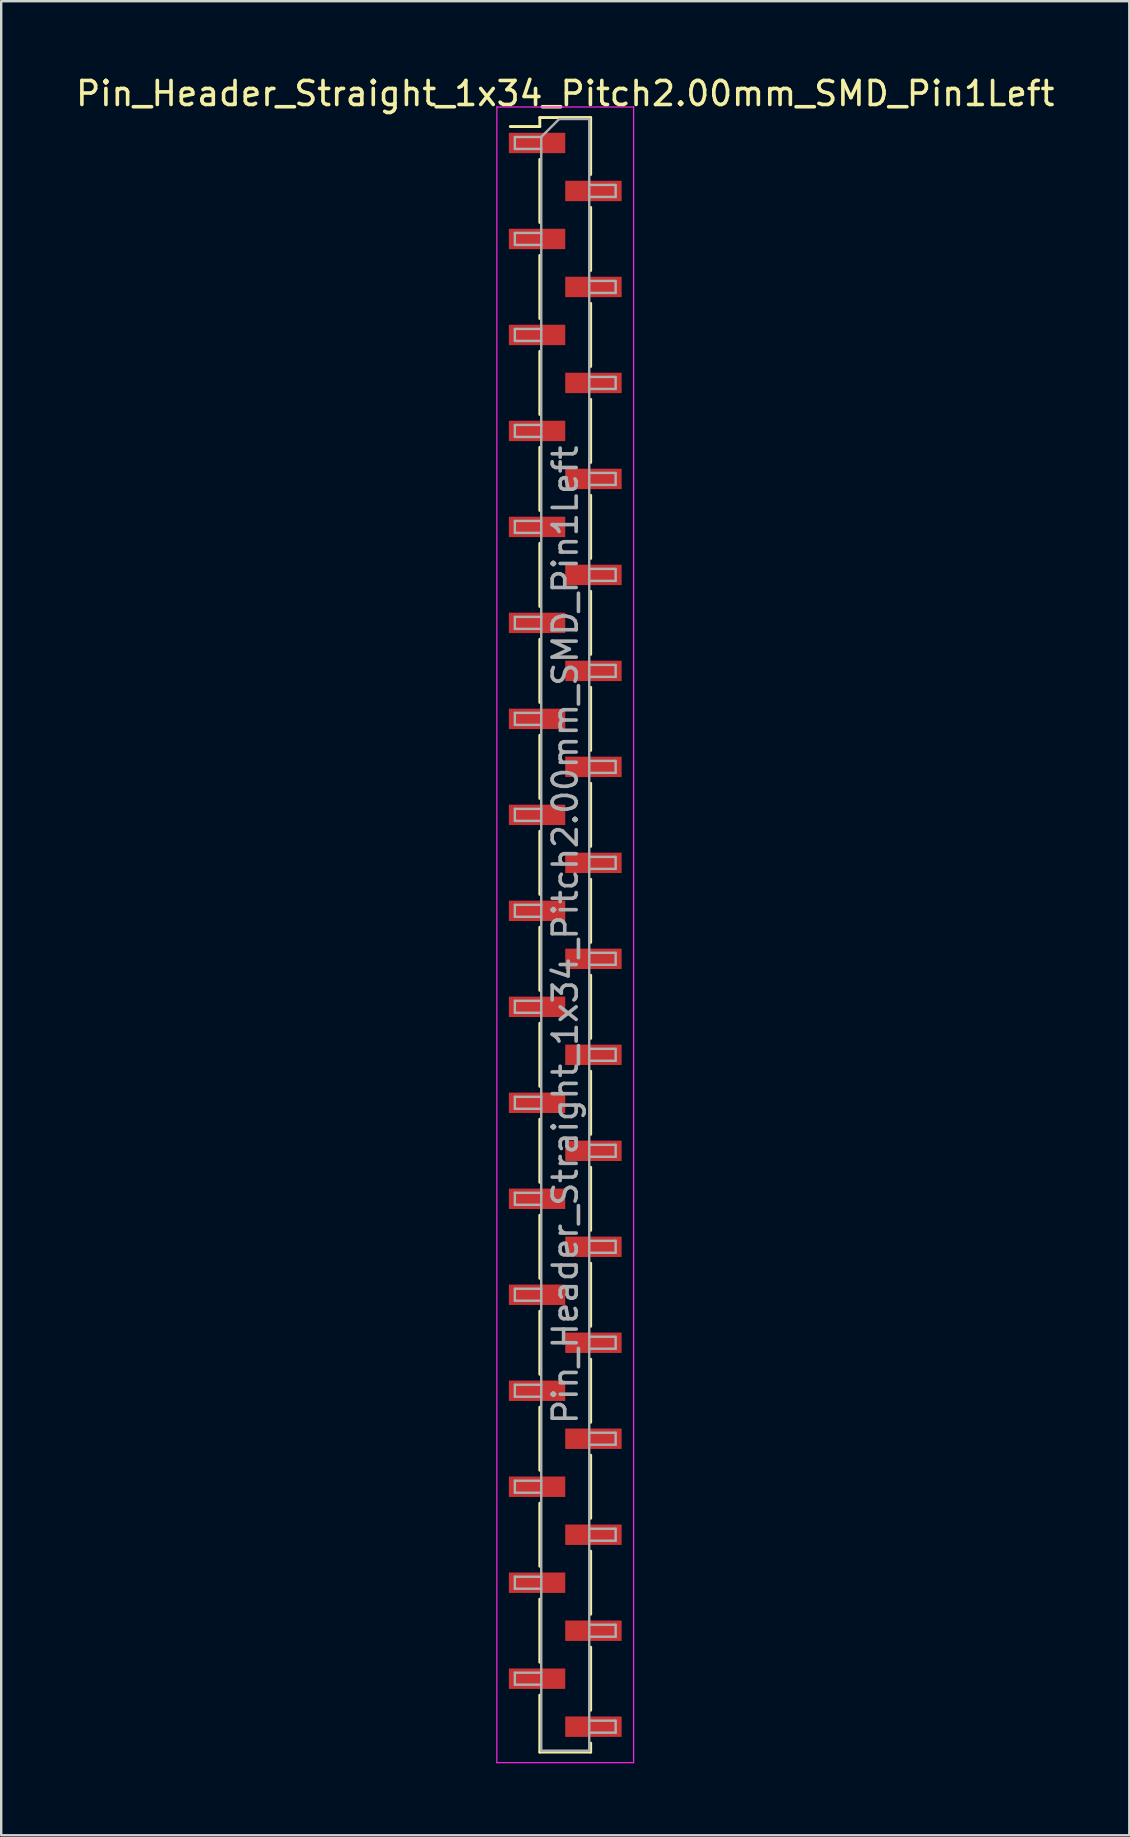
<source format=kicad_pcb>
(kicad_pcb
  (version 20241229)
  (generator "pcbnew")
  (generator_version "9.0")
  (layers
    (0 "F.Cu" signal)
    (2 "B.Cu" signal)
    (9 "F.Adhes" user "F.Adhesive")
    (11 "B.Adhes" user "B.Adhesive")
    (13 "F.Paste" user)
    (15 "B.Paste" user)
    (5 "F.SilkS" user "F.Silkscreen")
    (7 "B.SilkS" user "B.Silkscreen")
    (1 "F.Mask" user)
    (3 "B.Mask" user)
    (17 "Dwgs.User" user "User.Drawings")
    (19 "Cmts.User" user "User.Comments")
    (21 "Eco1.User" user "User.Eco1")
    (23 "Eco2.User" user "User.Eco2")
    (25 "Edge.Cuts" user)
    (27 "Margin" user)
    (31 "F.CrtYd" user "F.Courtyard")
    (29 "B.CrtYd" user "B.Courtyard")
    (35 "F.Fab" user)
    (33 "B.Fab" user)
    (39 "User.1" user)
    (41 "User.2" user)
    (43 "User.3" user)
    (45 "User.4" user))
  (footprint "Pin_Header_Straight_1x34_Pitch2.00mm_SMD_Pin1Left"
    (layer "F.Cu")
    (at 20.506 35.908)
    (property "Reference" "Pin_Header_Straight_1x34_Pitch2.00mm_SMD_Pin1Left" (at 0 -35.06 0) (layer "F.SilkS") (effects (font (size 1 1) (thickness 0.15))))
    (attr smd)
    (fp_line (start -1.06 -34.06) (end -1.06 -33.685) (stroke (width 0.12) (type solid)) (layer "F.SilkS"))
    (fp_line (start -1.06 -34.06) (end 1.06 -34.06) (stroke (width 0.12) (type solid)) (layer "F.SilkS"))
    (fp_line (start -1.06 -33.685) (end -2.29 -33.685) (stroke (width 0.12) (type solid)) (layer "F.SilkS"))
    (fp_line (start -1.06 -32.315) (end -1.06 -29.685) (stroke (width 0.12) (type solid)) (layer "F.SilkS"))
    (fp_line (start -1.06 -28.315) (end -1.06 -25.685) (stroke (width 0.12) (type solid)) (layer "F.SilkS"))
    (fp_line (start -1.06 -24.315) (end -1.06 -21.685) (stroke (width 0.12) (type solid)) (layer "F.SilkS"))
    (fp_line (start -1.06 -20.315) (end -1.06 -17.685) (stroke (width 0.12) (type solid)) (layer "F.SilkS"))
    (fp_line (start -1.06 -16.315) (end -1.06 -13.685) (stroke (width 0.12) (type solid)) (layer "F.SilkS"))
    (fp_line (start -1.06 -12.315) (end -1.06 -9.685) (stroke (width 0.12) (type solid)) (layer "F.SilkS"))
    (fp_line (start -1.06 -8.315) (end -1.06 -5.685) (stroke (width 0.12) (type solid)) (layer "F.SilkS"))
    (fp_line (start -1.06 -4.315) (end -1.06 -1.685) (stroke (width 0.12) (type solid)) (layer "F.SilkS"))
    (fp_line (start -1.06 -0.315) (end -1.06 2.315) (stroke (width 0.12) (type solid)) (layer "F.SilkS"))
    (fp_line (start -1.06 3.685) (end -1.06 6.315) (stroke (width 0.12) (type solid)) (layer "F.SilkS"))
    (fp_line (start -1.06 7.685) (end -1.06 10.315) (stroke (width 0.12) (type solid)) (layer "F.SilkS"))
    (fp_line (start -1.06 11.685) (end -1.06 14.315) (stroke (width 0.12) (type solid)) (layer "F.SilkS"))
    (fp_line (start -1.06 15.685) (end -1.06 18.315) (stroke (width 0.12) (type solid)) (layer "F.SilkS"))
    (fp_line (start -1.06 19.685) (end -1.06 22.315) (stroke (width 0.12) (type solid)) (layer "F.SilkS"))
    (fp_line (start -1.06 23.685) (end -1.06 26.315) (stroke (width 0.12) (type solid)) (layer "F.SilkS"))
    (fp_line (start -1.06 27.685) (end -1.06 30.315) (stroke (width 0.12) (type solid)) (layer "F.SilkS"))
    (fp_line (start -1.06 31.685) (end -1.06 34.06) (stroke (width 0.12) (type solid)) (layer "F.SilkS"))
    (fp_line (start -1.06 34.06) (end 1.06 34.06) (stroke (width 0.12) (type solid)) (layer "F.SilkS"))
    (fp_line (start 1.06 -34.06) (end 1.06 -31.685) (stroke (width 0.12) (type solid)) (layer "F.SilkS"))
    (fp_line (start 1.06 -30.315) (end 1.06 -27.685) (stroke (width 0.12) (type solid)) (layer "F.SilkS"))
    (fp_line (start 1.06 -26.315) (end 1.06 -23.685) (stroke (width 0.12) (type solid)) (layer "F.SilkS"))
    (fp_line (start 1.06 -22.315) (end 1.06 -19.685) (stroke (width 0.12) (type solid)) (layer "F.SilkS"))
    (fp_line (start 1.06 -18.315) (end 1.06 -15.685) (stroke (width 0.12) (type solid)) (layer "F.SilkS"))
    (fp_line (start 1.06 -14.315) (end 1.06 -11.685) (stroke (width 0.12) (type solid)) (layer "F.SilkS"))
    (fp_line (start 1.06 -10.315) (end 1.06 -7.685) (stroke (width 0.12) (type solid)) (layer "F.SilkS"))
    (fp_line (start 1.06 -6.315) (end 1.06 -3.685) (stroke (width 0.12) (type solid)) (layer "F.SilkS"))
    (fp_line (start 1.06 -2.315) (end 1.06 0.315) (stroke (width 0.12) (type solid)) (layer "F.SilkS"))
    (fp_line (start 1.06 1.685) (end 1.06 4.315) (stroke (width 0.12) (type solid)) (layer "F.SilkS"))
    (fp_line (start 1.06 5.685) (end 1.06 8.315) (stroke (width 0.12) (type solid)) (layer "F.SilkS"))
    (fp_line (start 1.06 9.685) (end 1.06 12.315) (stroke (width 0.12) (type solid)) (layer "F.SilkS"))
    (fp_line (start 1.06 13.685) (end 1.06 16.315) (stroke (width 0.12) (type solid)) (layer "F.SilkS"))
    (fp_line (start 1.06 17.685) (end 1.06 20.315) (stroke (width 0.12) (type solid)) (layer "F.SilkS"))
    (fp_line (start 1.06 21.685) (end 1.06 24.315) (stroke (width 0.12) (type solid)) (layer "F.SilkS"))
    (fp_line (start 1.06 25.685) (end 1.06 28.315) (stroke (width 0.12) (type solid)) (layer "F.SilkS"))
    (fp_line (start 1.06 29.685) (end 1.06 32.315) (stroke (width 0.12) (type solid)) (layer "F.SilkS"))
    (fp_line (start 1.06 33.685) (end 1.06 34.06) (stroke (width 0.12) (type solid)) (layer "F.SilkS"))
    (fp_line (start -2.85 -34.5) (end -2.85 34.5) (stroke (width 0.05) (type solid)) (layer "F.CrtYd"))
    (fp_line (start -2.85 34.5) (end 2.85 34.5) (stroke (width 0.05) (type solid)) (layer "F.CrtYd"))
    (fp_line (start 2.85 -34.5) (end -2.85 -34.5) (stroke (width 0.05) (type solid)) (layer "F.CrtYd"))
    (fp_line (start 2.85 34.5) (end 2.85 -34.5) (stroke (width 0.05) (type solid)) (layer "F.CrtYd"))
    (fp_line (start -2.1 -33.25) (end -2.1 -32.75) (stroke (width 0.1) (type solid)) (layer "F.Fab"))
    (fp_line (start -2.1 -32.75) (end -1 -32.75) (stroke (width 0.1) (type solid)) (layer "F.Fab"))
    (fp_line (start -2.1 -29.25) (end -2.1 -28.75) (stroke (width 0.1) (type solid)) (layer "F.Fab"))
    (fp_line (start -2.1 -28.75) (end -1 -28.75) (stroke (width 0.1) (type solid)) (layer "F.Fab"))
    (fp_line (start -2.1 -25.25) (end -2.1 -24.75) (stroke (width 0.1) (type solid)) (layer "F.Fab"))
    (fp_line (start -2.1 -24.75) (end -1 -24.75) (stroke (width 0.1) (type solid)) (layer "F.Fab"))
    (fp_line (start -2.1 -21.25) (end -2.1 -20.75) (stroke (width 0.1) (type solid)) (layer "F.Fab"))
    (fp_line (start -2.1 -20.75) (end -1 -20.75) (stroke (width 0.1) (type solid)) (layer "F.Fab"))
    (fp_line (start -2.1 -17.25) (end -2.1 -16.75) (stroke (width 0.1) (type solid)) (layer "F.Fab"))
    (fp_line (start -2.1 -16.75) (end -1 -16.75) (stroke (width 0.1) (type solid)) (layer "F.Fab"))
    (fp_line (start -2.1 -13.25) (end -2.1 -12.75) (stroke (width 0.1) (type solid)) (layer "F.Fab"))
    (fp_line (start -2.1 -12.75) (end -1 -12.75) (stroke (width 0.1) (type solid)) (layer "F.Fab"))
    (fp_line (start -2.1 -9.25) (end -2.1 -8.75) (stroke (width 0.1) (type solid)) (layer "F.Fab"))
    (fp_line (start -2.1 -8.75) (end -1 -8.75) (stroke (width 0.1) (type solid)) (layer "F.Fab"))
    (fp_line (start -2.1 -5.25) (end -2.1 -4.75) (stroke (width 0.1) (type solid)) (layer "F.Fab"))
    (fp_line (start -2.1 -4.75) (end -1 -4.75) (stroke (width 0.1) (type solid)) (layer "F.Fab"))
    (fp_line (start -2.1 -1.25) (end -2.1 -0.75) (stroke (width 0.1) (type solid)) (layer "F.Fab"))
    (fp_line (start -2.1 -0.75) (end -1 -0.75) (stroke (width 0.1) (type solid)) (layer "F.Fab"))
    (fp_line (start -2.1 2.75) (end -2.1 3.25) (stroke (width 0.1) (type solid)) (layer "F.Fab"))
    (fp_line (start -2.1 3.25) (end -1 3.25) (stroke (width 0.1) (type solid)) (layer "F.Fab"))
    (fp_line (start -2.1 6.75) (end -2.1 7.25) (stroke (width 0.1) (type solid)) (layer "F.Fab"))
    (fp_line (start -2.1 7.25) (end -1 7.25) (stroke (width 0.1) (type solid)) (layer "F.Fab"))
    (fp_line (start -2.1 10.75) (end -2.1 11.25) (stroke (width 0.1) (type solid)) (layer "F.Fab"))
    (fp_line (start -2.1 11.25) (end -1 11.25) (stroke (width 0.1) (type solid)) (layer "F.Fab"))
    (fp_line (start -2.1 14.75) (end -2.1 15.25) (stroke (width 0.1) (type solid)) (layer "F.Fab"))
    (fp_line (start -2.1 15.25) (end -1 15.25) (stroke (width 0.1) (type solid)) (layer "F.Fab"))
    (fp_line (start -2.1 18.75) (end -2.1 19.25) (stroke (width 0.1) (type solid)) (layer "F.Fab"))
    (fp_line (start -2.1 19.25) (end -1 19.25) (stroke (width 0.1) (type solid)) (layer "F.Fab"))
    (fp_line (start -2.1 22.75) (end -2.1 23.25) (stroke (width 0.1) (type solid)) (layer "F.Fab"))
    (fp_line (start -2.1 23.25) (end -1 23.25) (stroke (width 0.1) (type solid)) (layer "F.Fab"))
    (fp_line (start -2.1 26.75) (end -2.1 27.25) (stroke (width 0.1) (type solid)) (layer "F.Fab"))
    (fp_line (start -2.1 27.25) (end -1 27.25) (stroke (width 0.1) (type solid)) (layer "F.Fab"))
    (fp_line (start -2.1 30.75) (end -2.1 31.25) (stroke (width 0.1) (type solid)) (layer "F.Fab"))
    (fp_line (start -2.1 31.25) (end -1 31.25) (stroke (width 0.1) (type solid)) (layer "F.Fab"))
    (fp_line (start -1 -33.25) (end -2.1 -33.25) (stroke (width 0.1) (type solid)) (layer "F.Fab"))
    (fp_line (start -1 -33.25) (end -0.25 -34) (stroke (width 0.1) (type solid)) (layer "F.Fab"))
    (fp_line (start -1 -29.25) (end -2.1 -29.25) (stroke (width 0.1) (type solid)) (layer "F.Fab"))
    (fp_line (start -1 -25.25) (end -2.1 -25.25) (stroke (width 0.1) (type solid)) (layer "F.Fab"))
    (fp_line (start -1 -21.25) (end -2.1 -21.25) (stroke (width 0.1) (type solid)) (layer "F.Fab"))
    (fp_line (start -1 -17.25) (end -2.1 -17.25) (stroke (width 0.1) (type solid)) (layer "F.Fab"))
    (fp_line (start -1 -13.25) (end -2.1 -13.25) (stroke (width 0.1) (type solid)) (layer "F.Fab"))
    (fp_line (start -1 -9.25) (end -2.1 -9.25) (stroke (width 0.1) (type solid)) (layer "F.Fab"))
    (fp_line (start -1 -5.25) (end -2.1 -5.25) (stroke (width 0.1) (type solid)) (layer "F.Fab"))
    (fp_line (start -1 -1.25) (end -2.1 -1.25) (stroke (width 0.1) (type solid)) (layer "F.Fab"))
    (fp_line (start -1 2.75) (end -2.1 2.75) (stroke (width 0.1) (type solid)) (layer "F.Fab"))
    (fp_line (start -1 6.75) (end -2.1 6.75) (stroke (width 0.1) (type solid)) (layer "F.Fab"))
    (fp_line (start -1 10.75) (end -2.1 10.75) (stroke (width 0.1) (type solid)) (layer "F.Fab"))
    (fp_line (start -1 14.75) (end -2.1 14.75) (stroke (width 0.1) (type solid)) (layer "F.Fab"))
    (fp_line (start -1 18.75) (end -2.1 18.75) (stroke (width 0.1) (type solid)) (layer "F.Fab"))
    (fp_line (start -1 22.75) (end -2.1 22.75) (stroke (width 0.1) (type solid)) (layer "F.Fab"))
    (fp_line (start -1 26.75) (end -2.1 26.75) (stroke (width 0.1) (type solid)) (layer "F.Fab"))
    (fp_line (start -1 30.75) (end -2.1 30.75) (stroke (width 0.1) (type solid)) (layer "F.Fab"))
    (fp_line (start -1 34) (end -1 -33.25) (stroke (width 0.1) (type solid)) (layer "F.Fab"))
    (fp_line (start -0.25 -34) (end 1 -34) (stroke (width 0.1) (type solid)) (layer "F.Fab"))
    (fp_line (start 1 -34) (end 1 34) (stroke (width 0.1) (type solid)) (layer "F.Fab"))
    (fp_line (start 1 -31.25) (end 2.1 -31.25) (stroke (width 0.1) (type solid)) (layer "F.Fab"))
    (fp_line (start 1 -27.25) (end 2.1 -27.25) (stroke (width 0.1) (type solid)) (layer "F.Fab"))
    (fp_line (start 1 -23.25) (end 2.1 -23.25) (stroke (width 0.1) (type solid)) (layer "F.Fab"))
    (fp_line (start 1 -19.25) (end 2.1 -19.25) (stroke (width 0.1) (type solid)) (layer "F.Fab"))
    (fp_line (start 1 -15.25) (end 2.1 -15.25) (stroke (width 0.1) (type solid)) (layer "F.Fab"))
    (fp_line (start 1 -11.25) (end 2.1 -11.25) (stroke (width 0.1) (type solid)) (layer "F.Fab"))
    (fp_line (start 1 -7.25) (end 2.1 -7.25) (stroke (width 0.1) (type solid)) (layer "F.Fab"))
    (fp_line (start 1 -3.25) (end 2.1 -3.25) (stroke (width 0.1) (type solid)) (layer "F.Fab"))
    (fp_line (start 1 0.75) (end 2.1 0.75) (stroke (width 0.1) (type solid)) (layer "F.Fab"))
    (fp_line (start 1 4.75) (end 2.1 4.75) (stroke (width 0.1) (type solid)) (layer "F.Fab"))
    (fp_line (start 1 8.75) (end 2.1 8.75) (stroke (width 0.1) (type solid)) (layer "F.Fab"))
    (fp_line (start 1 12.75) (end 2.1 12.75) (stroke (width 0.1) (type solid)) (layer "F.Fab"))
    (fp_line (start 1 16.75) (end 2.1 16.75) (stroke (width 0.1) (type solid)) (layer "F.Fab"))
    (fp_line (start 1 20.75) (end 2.1 20.75) (stroke (width 0.1) (type solid)) (layer "F.Fab"))
    (fp_line (start 1 24.75) (end 2.1 24.75) (stroke (width 0.1) (type solid)) (layer "F.Fab"))
    (fp_line (start 1 28.75) (end 2.1 28.75) (stroke (width 0.1) (type solid)) (layer "F.Fab"))
    (fp_line (start 1 32.75) (end 2.1 32.75) (stroke (width 0.1) (type solid)) (layer "F.Fab"))
    (fp_line (start 1 34) (end -1 34) (stroke (width 0.1) (type solid)) (layer "F.Fab"))
    (fp_line (start 2.1 -31.25) (end 2.1 -30.75) (stroke (width 0.1) (type solid)) (layer "F.Fab"))
    (fp_line (start 2.1 -30.75) (end 1 -30.75) (stroke (width 0.1) (type solid)) (layer "F.Fab"))
    (fp_line (start 2.1 -27.25) (end 2.1 -26.75) (stroke (width 0.1) (type solid)) (layer "F.Fab"))
    (fp_line (start 2.1 -26.75) (end 1 -26.75) (stroke (width 0.1) (type solid)) (layer "F.Fab"))
    (fp_line (start 2.1 -23.25) (end 2.1 -22.75) (stroke (width 0.1) (type solid)) (layer "F.Fab"))
    (fp_line (start 2.1 -22.75) (end 1 -22.75) (stroke (width 0.1) (type solid)) (layer "F.Fab"))
    (fp_line (start 2.1 -19.25) (end 2.1 -18.75) (stroke (width 0.1) (type solid)) (layer "F.Fab"))
    (fp_line (start 2.1 -18.75) (end 1 -18.75) (stroke (width 0.1) (type solid)) (layer "F.Fab"))
    (fp_line (start 2.1 -15.25) (end 2.1 -14.75) (stroke (width 0.1) (type solid)) (layer "F.Fab"))
    (fp_line (start 2.1 -14.75) (end 1 -14.75) (stroke (width 0.1) (type solid)) (layer "F.Fab"))
    (fp_line (start 2.1 -11.25) (end 2.1 -10.75) (stroke (width 0.1) (type solid)) (layer "F.Fab"))
    (fp_line (start 2.1 -10.75) (end 1 -10.75) (stroke (width 0.1) (type solid)) (layer "F.Fab"))
    (fp_line (start 2.1 -7.25) (end 2.1 -6.75) (stroke (width 0.1) (type solid)) (layer "F.Fab"))
    (fp_line (start 2.1 -6.75) (end 1 -6.75) (stroke (width 0.1) (type solid)) (layer "F.Fab"))
    (fp_line (start 2.1 -3.25) (end 2.1 -2.75) (stroke (width 0.1) (type solid)) (layer "F.Fab"))
    (fp_line (start 2.1 -2.75) (end 1 -2.75) (stroke (width 0.1) (type solid)) (layer "F.Fab"))
    (fp_line (start 2.1 0.75) (end 2.1 1.25) (stroke (width 0.1) (type solid)) (layer "F.Fab"))
    (fp_line (start 2.1 1.25) (end 1 1.25) (stroke (width 0.1) (type solid)) (layer "F.Fab"))
    (fp_line (start 2.1 4.75) (end 2.1 5.25) (stroke (width 0.1) (type solid)) (layer "F.Fab"))
    (fp_line (start 2.1 5.25) (end 1 5.25) (stroke (width 0.1) (type solid)) (layer "F.Fab"))
    (fp_line (start 2.1 8.75) (end 2.1 9.25) (stroke (width 0.1) (type solid)) (layer "F.Fab"))
    (fp_line (start 2.1 9.25) (end 1 9.25) (stroke (width 0.1) (type solid)) (layer "F.Fab"))
    (fp_line (start 2.1 12.75) (end 2.1 13.25) (stroke (width 0.1) (type solid)) (layer "F.Fab"))
    (fp_line (start 2.1 13.25) (end 1 13.25) (stroke (width 0.1) (type solid)) (layer "F.Fab"))
    (fp_line (start 2.1 16.75) (end 2.1 17.25) (stroke (width 0.1) (type solid)) (layer "F.Fab"))
    (fp_line (start 2.1 17.25) (end 1 17.25) (stroke (width 0.1) (type solid)) (layer "F.Fab"))
    (fp_line (start 2.1 20.75) (end 2.1 21.25) (stroke (width 0.1) (type solid)) (layer "F.Fab"))
    (fp_line (start 2.1 21.25) (end 1 21.25) (stroke (width 0.1) (type solid)) (layer "F.Fab"))
    (fp_line (start 2.1 24.75) (end 2.1 25.25) (stroke (width 0.1) (type solid)) (layer "F.Fab"))
    (fp_line (start 2.1 25.25) (end 1 25.25) (stroke (width 0.1) (type solid)) (layer "F.Fab"))
    (fp_line (start 2.1 28.75) (end 2.1 29.25) (stroke (width 0.1) (type solid)) (layer "F.Fab"))
    (fp_line (start 2.1 29.25) (end 1 29.25) (stroke (width 0.1) (type solid)) (layer "F.Fab"))
    (fp_line (start 2.1 32.75) (end 2.1 33.25) (stroke (width 0.1) (type solid)) (layer "F.Fab"))
    (fp_line (start 2.1 33.25) (end 1 33.25) (stroke (width 0.1) (type solid)) (layer "F.Fab"))
    (fp_text user "${REFERENCE}" (at 0 0 90) (layer "F.Fab") (effects (font (size 1 1) (thickness 0.15))))
    (pad "1" smd rect (at -1.175 -33) (size 2.35 0.85) (layers "F.Cu" "F.Mask" "F.Paste"))
    (pad "2" smd rect (at 1.175 -31) (size 2.35 0.85) (layers "F.Cu" "F.Mask" "F.Paste"))
    (pad "3" smd rect (at -1.175 -29) (size 2.35 0.85) (layers "F.Cu" "F.Mask" "F.Paste"))
    (pad "4" smd rect (at 1.175 -27) (size 2.35 0.85) (layers "F.Cu" "F.Mask" "F.Paste"))
    (pad "5" smd rect (at -1.175 -25) (size 2.35 0.85) (layers "F.Cu" "F.Mask" "F.Paste"))
    (pad "6" smd rect (at 1.175 -23) (size 2.35 0.85) (layers "F.Cu" "F.Mask" "F.Paste"))
    (pad "7" smd rect (at -1.175 -21) (size 2.35 0.85) (layers "F.Cu" "F.Mask" "F.Paste"))
    (pad "8" smd rect (at 1.175 -19) (size 2.35 0.85) (layers "F.Cu" "F.Mask" "F.Paste"))
    (pad "9" smd rect (at -1.175 -17) (size 2.35 0.85) (layers "F.Cu" "F.Mask" "F.Paste"))
    (pad "10" smd rect (at 1.175 -15) (size 2.35 0.85) (layers "F.Cu" "F.Mask" "F.Paste"))
    (pad "11" smd rect (at -1.175 -13) (size 2.35 0.85) (layers "F.Cu" "F.Mask" "F.Paste"))
    (pad "12" smd rect (at 1.175 -11) (size 2.35 0.85) (layers "F.Cu" "F.Mask" "F.Paste"))
    (pad "13" smd rect (at -1.175 -9) (size 2.35 0.85) (layers "F.Cu" "F.Mask" "F.Paste"))
    (pad "14" smd rect (at 1.175 -7) (size 2.35 0.85) (layers "F.Cu" "F.Mask" "F.Paste"))
    (pad "15" smd rect (at -1.175 -5) (size 2.35 0.85) (layers "F.Cu" "F.Mask" "F.Paste"))
    (pad "16" smd rect (at 1.175 -3) (size 2.35 0.85) (layers "F.Cu" "F.Mask" "F.Paste"))
    (pad "17" smd rect (at -1.175 -1) (size 2.35 0.85) (layers "F.Cu" "F.Mask" "F.Paste"))
    (pad "18" smd rect (at 1.175 1) (size 2.35 0.85) (layers "F.Cu" "F.Mask" "F.Paste"))
    (pad "19" smd rect (at -1.175 3) (size 2.35 0.85) (layers "F.Cu" "F.Mask" "F.Paste"))
    (pad "20" smd rect (at 1.175 5) (size 2.35 0.85) (layers "F.Cu" "F.Mask" "F.Paste"))
    (pad "21" smd rect (at -1.175 7) (size 2.35 0.85) (layers "F.Cu" "F.Mask" "F.Paste"))
    (pad "22" smd rect (at 1.175 9) (size 2.35 0.85) (layers "F.Cu" "F.Mask" "F.Paste"))
    (pad "23" smd rect (at -1.175 11) (size 2.35 0.85) (layers "F.Cu" "F.Mask" "F.Paste"))
    (pad "24" smd rect (at 1.175 13) (size 2.35 0.85) (layers "F.Cu" "F.Mask" "F.Paste"))
    (pad "25" smd rect (at -1.175 15) (size 2.35 0.85) (layers "F.Cu" "F.Mask" "F.Paste"))
    (pad "26" smd rect (at 1.175 17) (size 2.35 0.85) (layers "F.Cu" "F.Mask" "F.Paste"))
    (pad "27" smd rect (at -1.175 19) (size 2.35 0.85) (layers "F.Cu" "F.Mask" "F.Paste"))
    (pad "28" smd rect (at 1.175 21) (size 2.35 0.85) (layers "F.Cu" "F.Mask" "F.Paste"))
    (pad "29" smd rect (at -1.175 23) (size 2.35 0.85) (layers "F.Cu" "F.Mask" "F.Paste"))
    (pad "30" smd rect (at 1.175 25) (size 2.35 0.85) (layers "F.Cu" "F.Mask" "F.Paste"))
    (pad "31" smd rect (at -1.175 27) (size 2.35 0.85) (layers "F.Cu" "F.Mask" "F.Paste"))
    (pad "32" smd rect (at 1.175 29) (size 2.35 0.85) (layers "F.Cu" "F.Mask" "F.Paste"))
    (pad "33" smd rect (at -1.175 31) (size 2.35 0.85) (layers "F.Cu" "F.Mask" "F.Paste"))
    (pad "34" smd rect (at 1.175 33) (size 2.35 0.85) (layers "F.Cu" "F.Mask" "F.Paste")))
  (gr_rect
    (start -3 -3)
    (end 44.012 73.433)
    (stroke (width 0.1) (type default))
    (fill no)
    (layer "Edge.Cuts")))
</source>
